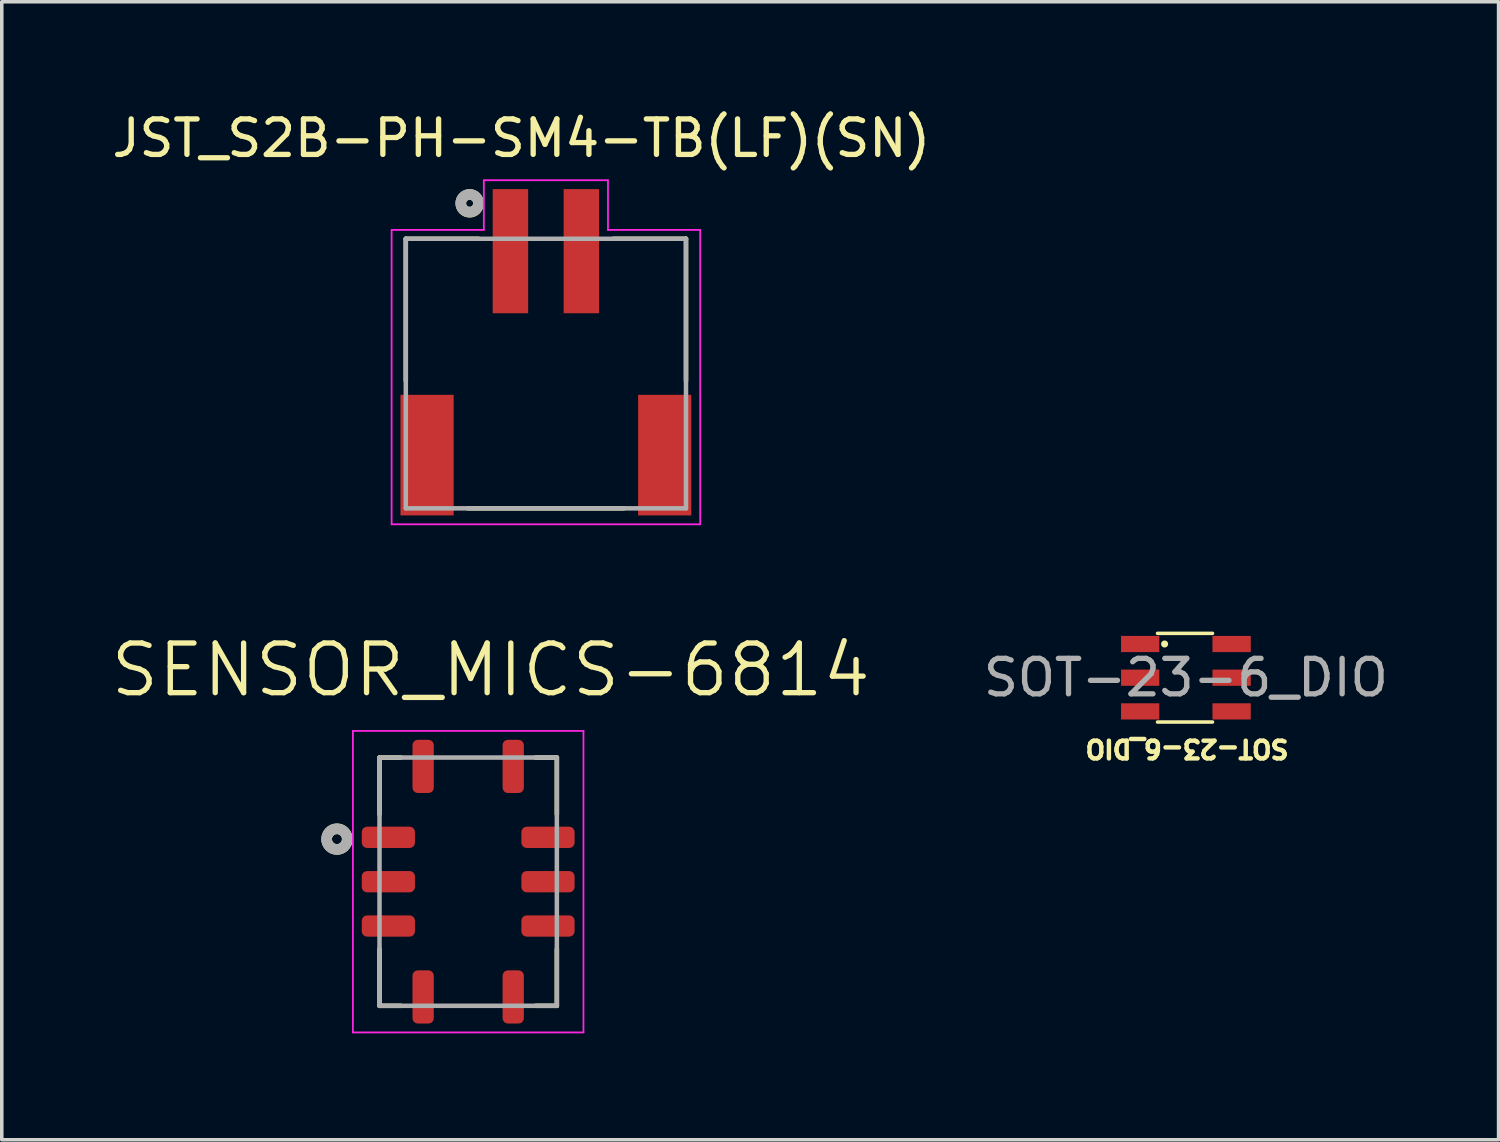
<source format=kicad_pcb>
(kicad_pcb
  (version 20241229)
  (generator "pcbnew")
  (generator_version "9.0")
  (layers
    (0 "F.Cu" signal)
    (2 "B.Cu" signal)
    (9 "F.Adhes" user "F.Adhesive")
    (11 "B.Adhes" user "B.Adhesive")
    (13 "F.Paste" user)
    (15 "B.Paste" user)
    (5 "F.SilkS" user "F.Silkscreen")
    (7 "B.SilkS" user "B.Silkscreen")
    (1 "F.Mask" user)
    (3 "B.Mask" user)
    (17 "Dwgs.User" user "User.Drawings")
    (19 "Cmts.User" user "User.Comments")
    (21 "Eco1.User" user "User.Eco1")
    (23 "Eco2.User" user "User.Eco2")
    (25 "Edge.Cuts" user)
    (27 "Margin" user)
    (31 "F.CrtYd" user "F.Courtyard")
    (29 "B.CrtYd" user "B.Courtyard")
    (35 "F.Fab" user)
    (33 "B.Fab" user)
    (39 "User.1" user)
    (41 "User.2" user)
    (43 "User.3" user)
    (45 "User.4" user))
  (footprint "JST_S2B-PH-SM4-TB(LF)(SN)"
    (layer "F.Cu")
    (at 12.341 4.032)
    (property "Reference" "JST_S2B-PH-SM4-TB(LF)(SN)" (at -0.692 -3.184 0) (layer "F.SilkS") (effects (font (size 1 1) (thickness 0.15))))
    (attr through_hole)
    (fp_line (start -3.95 -0.35) (end -3.95 3.65) (stroke (width 0.127) (type solid)) (layer "F.SilkS"))
    (fp_line (start -2.2 7.25) (end 2.2 7.25) (stroke (width 0.127) (type solid)) (layer "F.SilkS"))
    (fp_line (start -1.9 -0.35) (end -3.95 -0.35) (stroke (width 0.127) (type solid)) (layer "F.SilkS"))
    (fp_line (start 3.95 -0.35) (end 1.9 -0.35) (stroke (width 0.127) (type solid)) (layer "F.SilkS"))
    (fp_line (start 3.95 3.65) (end 3.95 -0.35) (stroke (width 0.127) (type solid)) (layer "F.SilkS"))
    (fp_circle (center -2.15 -1.35) (end -2.05 -1.35) (stroke (width 0.3) (type solid)) (fill no) (layer "F.SilkS"))
    (fp_line (start -4.35 -0.6) (end -1.75 -0.6) (stroke (width 0.05) (type solid)) (layer "F.CrtYd"))
    (fp_line (start -4.35 7.7) (end -4.35 -0.6) (stroke (width 0.05) (type solid)) (layer "F.CrtYd"))
    (fp_line (start -1.75 -2) (end 1.75 -2) (stroke (width 0.05) (type solid)) (layer "F.CrtYd"))
    (fp_line (start -1.75 -0.6) (end -1.75 -2) (stroke (width 0.05) (type solid)) (layer "F.CrtYd"))
    (fp_line (start 1.75 -2) (end 1.75 -0.6) (stroke (width 0.05) (type solid)) (layer "F.CrtYd"))
    (fp_line (start 1.75 -0.6) (end 4.35 -0.6) (stroke (width 0.05) (type solid)) (layer "F.CrtYd"))
    (fp_line (start 4.35 -0.6) (end 4.35 7.7) (stroke (width 0.05) (type solid)) (layer "F.CrtYd"))
    (fp_line (start 4.35 7.7) (end -4.35 7.7) (stroke (width 0.05) (type solid)) (layer "F.CrtYd"))
    (fp_line (start -3.95 -0.35) (end 3.95 -0.35) (stroke (width 0.127) (type solid)) (layer "F.Fab"))
    (fp_line (start -3.95 7.25) (end -3.95 -0.35) (stroke (width 0.127) (type solid)) (layer "F.Fab"))
    (fp_line (start 3.95 -0.35) (end 3.95 7.25) (stroke (width 0.127) (type solid)) (layer "F.Fab"))
    (fp_line (start 3.95 7.25) (end -3.95 7.25) (stroke (width 0.127) (type solid)) (layer "F.Fab"))
    (fp_circle (center -2.15 -1.35) (end -2.05 -1.35) (stroke (width 0.3) (type solid)) (fill no) (layer "F.Fab"))
    (pad "1" smd rect (at -1 0) (size 1 3.5) (layers "F.Cu" "F.Mask" "F.Paste"))
    (pad "2" smd rect (at 1 0) (size 1 3.5) (layers "F.Cu" "F.Mask" "F.Paste"))
    (pad "S1" smd rect (at -3.35 5.75) (size 1.5 3.4) (layers "F.Cu" "F.Mask" "F.Paste"))
    (pad "S2" smd rect (at 3.35 5.75) (size 1.5 3.4) (layers "F.Cu" "F.Mask" "F.Paste")))
  (footprint "SENSOR_MICS-6814"
    (layer "F.Cu")
    (at 10.15 21.808)
    (property "Reference" "SENSOR_MICS-6814" (at 0.635 -5.969 0) (layer "F.SilkS") (effects (font (size 1.4 1.4) (thickness 0.15))))
    (attr smd)
    (fp_line (start -2.5 -3.5) (end -2.5 -1.9) (stroke (width 0.127) (type solid)) (layer "F.SilkS"))
    (fp_line (start -2.5 3.5) (end -2.5 1.9) (stroke (width 0.127) (type solid)) (layer "F.SilkS"))
    (fp_line (start -1.9 -3.5) (end -2.5 -3.5) (stroke (width 0.127) (type solid)) (layer "F.SilkS"))
    (fp_line (start -1.9 3.5) (end -2.5 3.5) (stroke (width 0.127) (type solid)) (layer "F.SilkS"))
    (fp_line (start 1.9 -3.5) (end 2.5 -3.5) (stroke (width 0.127) (type solid)) (layer "F.SilkS"))
    (fp_line (start 1.9 3.5) (end 2.5 3.5) (stroke (width 0.127) (type solid)) (layer "F.SilkS"))
    (fp_line (start 2.5 -3.5) (end 2.5 -1.9) (stroke (width 0.127) (type solid)) (layer "F.SilkS"))
    (fp_line (start 2.5 3.5) (end 2.5 1.9) (stroke (width 0.127) (type solid)) (layer "F.SilkS"))
    (fp_circle (center -3.7 -1.2) (end -3.559 -1.2) (stroke (width 0.3) (type solid)) (fill no) (layer "F.SilkS"))
    (fp_line (start -3.25 -4.25) (end 3.25 -4.25) (stroke (width 0.05) (type solid)) (layer "F.CrtYd"))
    (fp_line (start -3.25 4.25) (end -3.25 -4.25) (stroke (width 0.05) (type solid)) (layer "F.CrtYd"))
    (fp_line (start 3.25 -4.25) (end 3.25 4.25) (stroke (width 0.05) (type solid)) (layer "F.CrtYd"))
    (fp_line (start 3.25 4.25) (end -3.25 4.25) (stroke (width 0.05) (type solid)) (layer "F.CrtYd"))
    (fp_line (start -2.5 -3.5) (end 2.5 -3.5) (stroke (width 0.127) (type solid)) (layer "F.Fab"))
    (fp_line (start -2.5 3.5) (end -2.5 -3.5) (stroke (width 0.127) (type solid)) (layer "F.Fab"))
    (fp_line (start 2.5 -3.5) (end 2.5 3.5) (stroke (width 0.127) (type solid)) (layer "F.Fab"))
    (fp_line (start 2.5 3.5) (end -2.5 3.5) (stroke (width 0.127) (type solid)) (layer "F.Fab"))
    (fp_circle (center -3.7 -1.2) (end -3.559 -1.2) (stroke (width 0.3) (type solid)) (fill no) (layer "F.Fab"))
    (pad "A" smd roundrect (at -2.25 -1.25) (size 1.5 0.6) (layers "F.Cu" "F.Mask" "F.Paste") (roundrect_rratio 0.25))
    (pad "B" smd roundrect (at -2.25 0) (size 1.5 0.6) (layers "F.Cu" "F.Mask" "F.Paste") (roundrect_rratio 0.25))
    (pad "C" smd roundrect (at -2.25 1.25) (size 1.5 0.6) (layers "F.Cu" "F.Mask" "F.Paste") (roundrect_rratio 0.25))
    (pad "D" smd roundrect (at -1.27 3.25) (size 0.6 1.5) (layers "F.Cu" "F.Mask" "F.Paste") (roundrect_rratio 0.25))
    (pad "E" smd roundrect (at 1.27 3.25) (size 0.6 1.5) (layers "F.Cu" "F.Mask" "F.Paste") (roundrect_rratio 0.25))
    (pad "F" smd roundrect (at 2.25 1.25) (size 1.5 0.6) (layers "F.Cu" "F.Mask" "F.Paste") (roundrect_rratio 0.25))
    (pad "G" smd roundrect (at 2.25 0) (size 1.5 0.6) (layers "F.Cu" "F.Mask" "F.Paste") (roundrect_rratio 0.25))
    (pad "H" smd roundrect (at 2.25 -1.25) (size 1.5 0.6) (layers "F.Cu" "F.Mask" "F.Paste") (roundrect_rratio 0.25))
    (pad "J" smd roundrect (at 1.27 -3.25) (size 0.6 1.5) (layers "F.Cu" "F.Mask" "F.Paste") (roundrect_rratio 0.25))
    (pad "K" smd roundrect (at -1.27 -3.25) (size 0.6 1.5) (layers "F.Cu" "F.Mask" "F.Paste") (roundrect_rratio 0.25)))
  (footprint "SOT-23-6_DIO"
    (layer "F.Cu")
    (at 30.385 16.057)
    (property "Reference" "SOT-23-6_DIO" (at 0.032 2 180) (unlocked yes) (layer "F.SilkS") (effects (font (size 0.5 0.5) (thickness 0.125))))
    (attr smd)
    (fp_line (start -0.8 -1.25) (end 0.75 -1.25) (stroke (width 0.1) (type default)) (layer "F.SilkS"))
    (fp_line (start 0.75 1.25) (end -0.8 1.25) (stroke (width 0.1) (type default)) (layer "F.SilkS"))
    (fp_circle (center -0.6 -0.95) (end -0.6 -0.9) (stroke (width 0.1) (type default)) (fill no) (layer "F.SilkS"))
    (fp_text user "${REFERENCE}" (at 0 0 0) (unlocked yes) (layer "F.Fab") (effects (font (size 1 1) (thickness 0.15))))
    (pad "1" smd rect (at -1.289 -0.95) (size 1.079 0.457) (layers "F.Cu" "F.Mask" "F.Paste"))
    (pad "2" smd rect (at -1.289 0) (size 1.079 0.457) (layers "F.Cu" "F.Mask" "F.Paste"))
    (pad "3" smd rect (at -1.289 0.95) (size 1.079 0.457) (layers "F.Cu" "F.Mask" "F.Paste"))
    (pad "4" smd rect (at 1.289 0.95) (size 1.079 0.457) (layers "F.Cu" "F.Mask" "F.Paste"))
    (pad "5" smd rect (at 1.289 0) (size 1.079 0.457) (layers "F.Cu" "F.Mask" "F.Paste"))
    (pad "6" smd rect (at 1.289 -0.95) (size 1.079 0.457) (layers "F.Cu" "F.Mask" "F.Paste")))
  (gr_rect
    (start -3 -3)
    (end 39.201 29.084)
    (stroke (width 0.1) (type default))
    (fill no)
    (layer "Edge.Cuts")))
</source>
